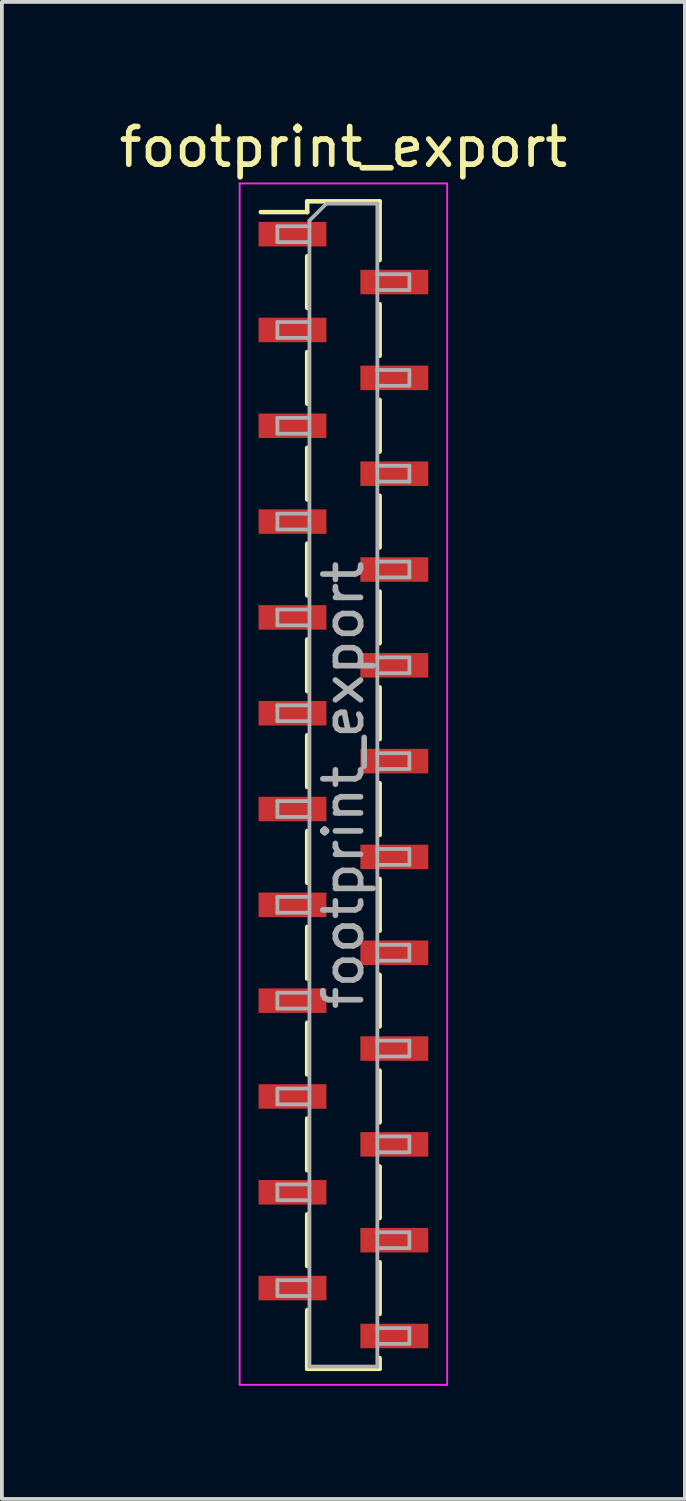
<source format=kicad_pcb>
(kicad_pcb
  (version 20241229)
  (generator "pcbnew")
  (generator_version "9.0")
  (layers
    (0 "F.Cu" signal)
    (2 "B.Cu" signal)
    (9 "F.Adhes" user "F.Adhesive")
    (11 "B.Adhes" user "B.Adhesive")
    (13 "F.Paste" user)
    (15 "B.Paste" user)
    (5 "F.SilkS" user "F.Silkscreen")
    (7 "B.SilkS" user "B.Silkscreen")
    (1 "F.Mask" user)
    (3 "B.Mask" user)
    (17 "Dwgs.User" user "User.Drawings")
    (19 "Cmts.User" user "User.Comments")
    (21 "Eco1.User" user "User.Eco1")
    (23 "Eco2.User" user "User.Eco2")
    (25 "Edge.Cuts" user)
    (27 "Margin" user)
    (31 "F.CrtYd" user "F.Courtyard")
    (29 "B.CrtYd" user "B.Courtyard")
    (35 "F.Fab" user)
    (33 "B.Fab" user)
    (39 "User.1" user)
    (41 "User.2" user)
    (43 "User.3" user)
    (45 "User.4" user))
  (footprint "footprint_export"
    (layer "F.Cu")
    (at 6.054 17.763)
    (property "Reference" "footprint_export" (at 0 -16.915 0) (layer "F.SilkS") (effects (font (size 1 1) (thickness 0.15))))
    (attr smd)
    (fp_line (start -2.19 -15.19) (end -0.96 -15.19) (stroke (width 0.12) (type solid)) (layer "F.SilkS"))
    (fp_line (start -0.96 -15.475) (end -0.96 -15.19) (stroke (width 0.12) (type solid)) (layer "F.SilkS"))
    (fp_line (start -0.96 -15.475) (end 0.96 -15.475) (stroke (width 0.12) (type solid)) (layer "F.SilkS"))
    (fp_line (start -0.96 -14.02) (end -0.96 -12.65) (stroke (width 0.12) (type solid)) (layer "F.SilkS"))
    (fp_line (start -0.96 -11.48) (end -0.96 -10.11) (stroke (width 0.12) (type solid)) (layer "F.SilkS"))
    (fp_line (start -0.96 -8.94) (end -0.96 -7.57) (stroke (width 0.12) (type solid)) (layer "F.SilkS"))
    (fp_line (start -0.96 -6.4) (end -0.96 -5.03) (stroke (width 0.12) (type solid)) (layer "F.SilkS"))
    (fp_line (start -0.96 -3.86) (end -0.96 -2.49) (stroke (width 0.12) (type solid)) (layer "F.SilkS"))
    (fp_line (start -0.96 -1.32) (end -0.96 0.05) (stroke (width 0.12) (type solid)) (layer "F.SilkS"))
    (fp_line (start -0.96 1.22) (end -0.96 2.59) (stroke (width 0.12) (type solid)) (layer "F.SilkS"))
    (fp_line (start -0.96 3.76) (end -0.96 5.13) (stroke (width 0.12) (type solid)) (layer "F.SilkS"))
    (fp_line (start -0.96 6.3) (end -0.96 7.67) (stroke (width 0.12) (type solid)) (layer "F.SilkS"))
    (fp_line (start -0.96 8.84) (end -0.96 10.21) (stroke (width 0.12) (type solid)) (layer "F.SilkS"))
    (fp_line (start -0.96 11.38) (end -0.96 12.75) (stroke (width 0.12) (type solid)) (layer "F.SilkS"))
    (fp_line (start -0.96 13.92) (end -0.96 15.475) (stroke (width 0.12) (type solid)) (layer "F.SilkS"))
    (fp_line (start -0.96 15.475) (end 0.96 15.475) (stroke (width 0.12) (type solid)) (layer "F.SilkS"))
    (fp_line (start 0.96 -15.475) (end 0.96 -13.92) (stroke (width 0.12) (type solid)) (layer "F.SilkS"))
    (fp_line (start 0.96 -12.75) (end 0.96 -11.38) (stroke (width 0.12) (type solid)) (layer "F.SilkS"))
    (fp_line (start 0.96 -10.21) (end 0.96 -8.84) (stroke (width 0.12) (type solid)) (layer "F.SilkS"))
    (fp_line (start 0.96 -7.67) (end 0.96 -6.3) (stroke (width 0.12) (type solid)) (layer "F.SilkS"))
    (fp_line (start 0.96 -5.13) (end 0.96 -3.76) (stroke (width 0.12) (type solid)) (layer "F.SilkS"))
    (fp_line (start 0.96 -2.59) (end 0.96 -1.22) (stroke (width 0.12) (type solid)) (layer "F.SilkS"))
    (fp_line (start 0.96 -0.05) (end 0.96 1.32) (stroke (width 0.12) (type solid)) (layer "F.SilkS"))
    (fp_line (start 0.96 2.49) (end 0.96 3.86) (stroke (width 0.12) (type solid)) (layer "F.SilkS"))
    (fp_line (start 0.96 5.03) (end 0.96 6.4) (stroke (width 0.12) (type solid)) (layer "F.SilkS"))
    (fp_line (start 0.96 7.57) (end 0.96 8.94) (stroke (width 0.12) (type solid)) (layer "F.SilkS"))
    (fp_line (start 0.96 10.11) (end 0.96 11.48) (stroke (width 0.12) (type solid)) (layer "F.SilkS"))
    (fp_line (start 0.96 12.65) (end 0.96 14.02) (stroke (width 0.12) (type solid)) (layer "F.SilkS"))
    (fp_line (start 0.96 15.19) (end 0.96 15.475) (stroke (width 0.12) (type solid)) (layer "F.SilkS"))
    (fp_line (start -2.75 -15.95) (end 2.75 -15.95) (stroke (width 0.05) (type solid)) (layer "F.CrtYd"))
    (fp_line (start -2.75 15.9) (end -2.75 -15.95) (stroke (width 0.05) (type solid)) (layer "F.CrtYd"))
    (fp_line (start 2.75 -15.95) (end 2.75 15.9) (stroke (width 0.05) (type solid)) (layer "F.CrtYd"))
    (fp_line (start 2.75 15.9) (end -2.75 15.9) (stroke (width 0.05) (type solid)) (layer "F.CrtYd"))
    (fp_line (start -1.75 -14.815) (end -0.9 -14.815) (stroke (width 0.1) (type solid)) (layer "F.Fab"))
    (fp_line (start -1.75 -14.395) (end -1.75 -14.815) (stroke (width 0.1) (type solid)) (layer "F.Fab"))
    (fp_line (start -1.75 -12.275) (end -0.9 -12.275) (stroke (width 0.1) (type solid)) (layer "F.Fab"))
    (fp_line (start -1.75 -11.855) (end -1.75 -12.275) (stroke (width 0.1) (type solid)) (layer "F.Fab"))
    (fp_line (start -1.75 -9.735) (end -0.9 -9.735) (stroke (width 0.1) (type solid)) (layer "F.Fab"))
    (fp_line (start -1.75 -9.315) (end -1.75 -9.735) (stroke (width 0.1) (type solid)) (layer "F.Fab"))
    (fp_line (start -1.75 -7.195) (end -0.9 -7.195) (stroke (width 0.1) (type solid)) (layer "F.Fab"))
    (fp_line (start -1.75 -6.775) (end -1.75 -7.195) (stroke (width 0.1) (type solid)) (layer "F.Fab"))
    (fp_line (start -1.75 -4.655) (end -0.9 -4.655) (stroke (width 0.1) (type solid)) (layer "F.Fab"))
    (fp_line (start -1.75 -4.235) (end -1.75 -4.655) (stroke (width 0.1) (type solid)) (layer "F.Fab"))
    (fp_line (start -1.75 -2.115) (end -0.9 -2.115) (stroke (width 0.1) (type solid)) (layer "F.Fab"))
    (fp_line (start -1.75 -1.695) (end -1.75 -2.115) (stroke (width 0.1) (type solid)) (layer "F.Fab"))
    (fp_line (start -1.75 0.425) (end -0.9 0.425) (stroke (width 0.1) (type solid)) (layer "F.Fab"))
    (fp_line (start -1.75 0.845) (end -1.75 0.425) (stroke (width 0.1) (type solid)) (layer "F.Fab"))
    (fp_line (start -1.75 2.965) (end -0.9 2.965) (stroke (width 0.1) (type solid)) (layer "F.Fab"))
    (fp_line (start -1.75 3.385) (end -1.75 2.965) (stroke (width 0.1) (type solid)) (layer "F.Fab"))
    (fp_line (start -1.75 5.505) (end -0.9 5.505) (stroke (width 0.1) (type solid)) (layer "F.Fab"))
    (fp_line (start -1.75 5.925) (end -1.75 5.505) (stroke (width 0.1) (type solid)) (layer "F.Fab"))
    (fp_line (start -1.75 8.045) (end -0.9 8.045) (stroke (width 0.1) (type solid)) (layer "F.Fab"))
    (fp_line (start -1.75 8.465) (end -1.75 8.045) (stroke (width 0.1) (type solid)) (layer "F.Fab"))
    (fp_line (start -1.75 10.585) (end -0.9 10.585) (stroke (width 0.1) (type solid)) (layer "F.Fab"))
    (fp_line (start -1.75 11.005) (end -1.75 10.585) (stroke (width 0.1) (type solid)) (layer "F.Fab"))
    (fp_line (start -1.75 13.125) (end -0.9 13.125) (stroke (width 0.1) (type solid)) (layer "F.Fab"))
    (fp_line (start -1.75 13.545) (end -1.75 13.125) (stroke (width 0.1) (type solid)) (layer "F.Fab"))
    (fp_line (start -0.9 -14.965) (end -0.45 -15.415) (stroke (width 0.1) (type solid)) (layer "F.Fab"))
    (fp_line (start -0.9 -14.395) (end -1.75 -14.395) (stroke (width 0.1) (type solid)) (layer "F.Fab"))
    (fp_line (start -0.9 -11.855) (end -1.75 -11.855) (stroke (width 0.1) (type solid)) (layer "F.Fab"))
    (fp_line (start -0.9 -9.315) (end -1.75 -9.315) (stroke (width 0.1) (type solid)) (layer "F.Fab"))
    (fp_line (start -0.9 -6.775) (end -1.75 -6.775) (stroke (width 0.1) (type solid)) (layer "F.Fab"))
    (fp_line (start -0.9 -4.235) (end -1.75 -4.235) (stroke (width 0.1) (type solid)) (layer "F.Fab"))
    (fp_line (start -0.9 -1.695) (end -1.75 -1.695) (stroke (width 0.1) (type solid)) (layer "F.Fab"))
    (fp_line (start -0.9 0.845) (end -1.75 0.845) (stroke (width 0.1) (type solid)) (layer "F.Fab"))
    (fp_line (start -0.9 3.385) (end -1.75 3.385) (stroke (width 0.1) (type solid)) (layer "F.Fab"))
    (fp_line (start -0.9 5.925) (end -1.75 5.925) (stroke (width 0.1) (type solid)) (layer "F.Fab"))
    (fp_line (start -0.9 8.465) (end -1.75 8.465) (stroke (width 0.1) (type solid)) (layer "F.Fab"))
    (fp_line (start -0.9 11.005) (end -1.75 11.005) (stroke (width 0.1) (type solid)) (layer "F.Fab"))
    (fp_line (start -0.9 13.545) (end -1.75 13.545) (stroke (width 0.1) (type solid)) (layer "F.Fab"))
    (fp_line (start -0.9 15.415) (end -0.9 -14.965) (stroke (width 0.1) (type solid)) (layer "F.Fab"))
    (fp_line (start -0.45 -15.415) (end 0.9 -15.415) (stroke (width 0.1) (type solid)) (layer "F.Fab"))
    (fp_line (start 0.9 -15.415) (end 0.9 15.415) (stroke (width 0.1) (type solid)) (layer "F.Fab"))
    (fp_line (start 0.9 -13.545) (end 1.75 -13.545) (stroke (width 0.1) (type solid)) (layer "F.Fab"))
    (fp_line (start 0.9 -11.005) (end 1.75 -11.005) (stroke (width 0.1) (type solid)) (layer "F.Fab"))
    (fp_line (start 0.9 -8.465) (end 1.75 -8.465) (stroke (width 0.1) (type solid)) (layer "F.Fab"))
    (fp_line (start 0.9 -5.925) (end 1.75 -5.925) (stroke (width 0.1) (type solid)) (layer "F.Fab"))
    (fp_line (start 0.9 -3.385) (end 1.75 -3.385) (stroke (width 0.1) (type solid)) (layer "F.Fab"))
    (fp_line (start 0.9 -0.845) (end 1.75 -0.845) (stroke (width 0.1) (type solid)) (layer "F.Fab"))
    (fp_line (start 0.9 1.695) (end 1.75 1.695) (stroke (width 0.1) (type solid)) (layer "F.Fab"))
    (fp_line (start 0.9 4.235) (end 1.75 4.235) (stroke (width 0.1) (type solid)) (layer "F.Fab"))
    (fp_line (start 0.9 6.775) (end 1.75 6.775) (stroke (width 0.1) (type solid)) (layer "F.Fab"))
    (fp_line (start 0.9 9.315) (end 1.75 9.315) (stroke (width 0.1) (type solid)) (layer "F.Fab"))
    (fp_line (start 0.9 11.855) (end 1.75 11.855) (stroke (width 0.1) (type solid)) (layer "F.Fab"))
    (fp_line (start 0.9 14.395) (end 1.75 14.395) (stroke (width 0.1) (type solid)) (layer "F.Fab"))
    (fp_line (start 0.9 15.415) (end -0.9 15.415) (stroke (width 0.1) (type solid)) (layer "F.Fab"))
    (fp_line (start 1.75 -13.545) (end 1.75 -13.125) (stroke (width 0.1) (type solid)) (layer "F.Fab"))
    (fp_line (start 1.75 -13.125) (end 0.9 -13.125) (stroke (width 0.1) (type solid)) (layer "F.Fab"))
    (fp_line (start 1.75 -11.005) (end 1.75 -10.585) (stroke (width 0.1) (type solid)) (layer "F.Fab"))
    (fp_line (start 1.75 -10.585) (end 0.9 -10.585) (stroke (width 0.1) (type solid)) (layer "F.Fab"))
    (fp_line (start 1.75 -8.465) (end 1.75 -8.045) (stroke (width 0.1) (type solid)) (layer "F.Fab"))
    (fp_line (start 1.75 -8.045) (end 0.9 -8.045) (stroke (width 0.1) (type solid)) (layer "F.Fab"))
    (fp_line (start 1.75 -5.925) (end 1.75 -5.505) (stroke (width 0.1) (type solid)) (layer "F.Fab"))
    (fp_line (start 1.75 -5.505) (end 0.9 -5.505) (stroke (width 0.1) (type solid)) (layer "F.Fab"))
    (fp_line (start 1.75 -3.385) (end 1.75 -2.965) (stroke (width 0.1) (type solid)) (layer "F.Fab"))
    (fp_line (start 1.75 -2.965) (end 0.9 -2.965) (stroke (width 0.1) (type solid)) (layer "F.Fab"))
    (fp_line (start 1.75 -0.845) (end 1.75 -0.425) (stroke (width 0.1) (type solid)) (layer "F.Fab"))
    (fp_line (start 1.75 -0.425) (end 0.9 -0.425) (stroke (width 0.1) (type solid)) (layer "F.Fab"))
    (fp_line (start 1.75 1.695) (end 1.75 2.115) (stroke (width 0.1) (type solid)) (layer "F.Fab"))
    (fp_line (start 1.75 2.115) (end 0.9 2.115) (stroke (width 0.1) (type solid)) (layer "F.Fab"))
    (fp_line (start 1.75 4.235) (end 1.75 4.655) (stroke (width 0.1) (type solid)) (layer "F.Fab"))
    (fp_line (start 1.75 4.655) (end 0.9 4.655) (stroke (width 0.1) (type solid)) (layer "F.Fab"))
    (fp_line (start 1.75 6.775) (end 1.75 7.195) (stroke (width 0.1) (type solid)) (layer "F.Fab"))
    (fp_line (start 1.75 7.195) (end 0.9 7.195) (stroke (width 0.1) (type solid)) (layer "F.Fab"))
    (fp_line (start 1.75 9.315) (end 1.75 9.735) (stroke (width 0.1) (type solid)) (layer "F.Fab"))
    (fp_line (start 1.75 9.735) (end 0.9 9.735) (stroke (width 0.1) (type solid)) (layer "F.Fab"))
    (fp_line (start 1.75 11.855) (end 1.75 12.275) (stroke (width 0.1) (type solid)) (layer "F.Fab"))
    (fp_line (start 1.75 12.275) (end 0.9 12.275) (stroke (width 0.1) (type solid)) (layer "F.Fab"))
    (fp_line (start 1.75 14.395) (end 1.75 14.815) (stroke (width 0.1) (type solid)) (layer "F.Fab"))
    (fp_line (start 1.75 14.815) (end 0.9 14.815) (stroke (width 0.1) (type solid)) (layer "F.Fab"))
    (fp_text user "${REFERENCE}" (at 0 0 90) (layer "F.Fab") (effects (font (size 1 1) (thickness 0.15))))
    (pad "1" smd rect (at -1.35 -14.605) (size 1.8 0.65) (layers "F.Cu" "F.Mask" "F.Paste"))
    (pad "2" smd rect (at 1.35 -13.335) (size 1.8 0.65) (layers "F.Cu" "F.Mask" "F.Paste"))
    (pad "3" smd rect (at -1.35 -12.065) (size 1.8 0.65) (layers "F.Cu" "F.Mask" "F.Paste"))
    (pad "4" smd rect (at 1.35 -10.795) (size 1.8 0.65) (layers "F.Cu" "F.Mask" "F.Paste"))
    (pad "5" smd rect (at -1.35 -9.525) (size 1.8 0.65) (layers "F.Cu" "F.Mask" "F.Paste"))
    (pad "6" smd rect (at 1.35 -8.255) (size 1.8 0.65) (layers "F.Cu" "F.Mask" "F.Paste"))
    (pad "7" smd rect (at -1.35 -6.985) (size 1.8 0.65) (layers "F.Cu" "F.Mask" "F.Paste"))
    (pad "8" smd rect (at 1.35 -5.715) (size 1.8 0.65) (layers "F.Cu" "F.Mask" "F.Paste"))
    (pad "9" smd rect (at -1.35 -4.445) (size 1.8 0.65) (layers "F.Cu" "F.Mask" "F.Paste"))
    (pad "10" smd rect (at 1.35 -3.175) (size 1.8 0.65) (layers "F.Cu" "F.Mask" "F.Paste"))
    (pad "11" smd rect (at -1.35 -1.905) (size 1.8 0.65) (layers "F.Cu" "F.Mask" "F.Paste"))
    (pad "12" smd rect (at 1.35 -0.635) (size 1.8 0.65) (layers "F.Cu" "F.Mask" "F.Paste"))
    (pad "13" smd rect (at -1.35 0.635) (size 1.8 0.65) (layers "F.Cu" "F.Mask" "F.Paste"))
    (pad "14" smd rect (at 1.35 1.905) (size 1.8 0.65) (layers "F.Cu" "F.Mask" "F.Paste"))
    (pad "15" smd rect (at -1.35 3.175) (size 1.8 0.65) (layers "F.Cu" "F.Mask" "F.Paste"))
    (pad "16" smd rect (at 1.35 4.445) (size 1.8 0.65) (layers "F.Cu" "F.Mask" "F.Paste"))
    (pad "17" smd rect (at -1.35 5.715) (size 1.8 0.65) (layers "F.Cu" "F.Mask" "F.Paste"))
    (pad "18" smd rect (at 1.35 6.985) (size 1.8 0.65) (layers "F.Cu" "F.Mask" "F.Paste"))
    (pad "19" smd rect (at -1.35 8.255) (size 1.8 0.65) (layers "F.Cu" "F.Mask" "F.Paste"))
    (pad "20" smd rect (at 1.35 9.525) (size 1.8 0.65) (layers "F.Cu" "F.Mask" "F.Paste"))
    (pad "21" smd rect (at -1.35 10.795) (size 1.8 0.65) (layers "F.Cu" "F.Mask" "F.Paste"))
    (pad "22" smd rect (at 1.35 12.065) (size 1.8 0.65) (layers "F.Cu" "F.Mask" "F.Paste"))
    (pad "23" smd rect (at -1.35 13.335) (size 1.8 0.65) (layers "F.Cu" "F.Mask" "F.Paste"))
    (pad "24" smd rect (at 1.35 14.605) (size 1.8 0.65) (layers "F.Cu" "F.Mask" "F.Paste")))
  (gr_rect
    (start -3 -3)
    (end 15.107 36.688)
    (stroke (width 0.1) (type default))
    (fill no)
    (layer "Edge.Cuts")))
</source>
